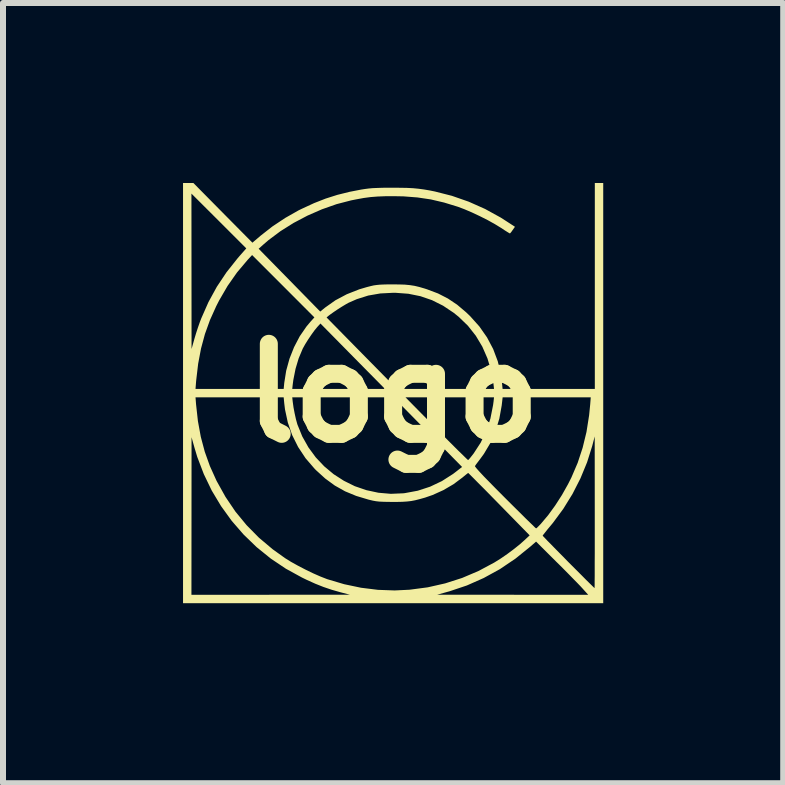
<source format=kicad_pcb>
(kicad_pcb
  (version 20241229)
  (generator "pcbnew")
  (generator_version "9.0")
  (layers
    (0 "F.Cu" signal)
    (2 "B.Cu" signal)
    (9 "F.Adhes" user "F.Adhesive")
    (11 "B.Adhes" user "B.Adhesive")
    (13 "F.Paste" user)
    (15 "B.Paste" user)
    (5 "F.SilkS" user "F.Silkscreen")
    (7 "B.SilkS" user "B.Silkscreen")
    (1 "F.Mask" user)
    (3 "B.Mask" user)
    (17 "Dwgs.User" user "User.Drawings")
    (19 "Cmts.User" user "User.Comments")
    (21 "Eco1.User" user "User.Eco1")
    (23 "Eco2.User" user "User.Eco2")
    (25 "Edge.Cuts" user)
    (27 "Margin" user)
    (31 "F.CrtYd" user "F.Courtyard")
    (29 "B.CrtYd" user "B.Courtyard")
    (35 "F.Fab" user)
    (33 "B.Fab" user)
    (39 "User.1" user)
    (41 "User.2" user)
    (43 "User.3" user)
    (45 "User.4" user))
  (footprint "logo"
    (layer "F.Cu")
    (at 3.501 3.501)
    (property "Reference" "logo" (at 0 0 0) (layer "F.SilkS") (effects (font (size 1.5 1.5) (thickness 0.3))))
    (attr board_only exclude_from_pos_files exclude_from_bom)
    (fp_poly (pts (xy -2.837 -3.004) (xy -2.345 -2.507) (xy -2.205 -2.626) (xy -2.011 -2.778) (xy -1.797 -2.92) (xy -1.573 -3.047) (xy -1.519 -3.073) (xy -1.318 -3.166) (xy -1.124 -3.242) (xy -0.929 -3.304) (xy -0.723 -3.355) (xy -0.532 -3.392) (xy -0.467 -3.402) (xy -0.405 -3.41) (xy -0.339 -3.416) (xy -0.265 -3.419) (xy -0.177 -3.422) (xy -0.068 -3.423) (xy -0.021 -3.423) (xy 0.115 -3.422) (xy 0.23 -3.42) (xy 0.33 -3.415) (xy 0.422 -3.406) (xy 0.512 -3.394) (xy 0.607 -3.378) (xy 0.696 -3.36) (xy 0.979 -3.288) (xy 1.26 -3.19) (xy 1.532 -3.069) (xy 1.792 -2.926) (xy 1.89 -2.863) (xy 2.03 -2.772) (xy 1.991 -2.717) (xy 1.968 -2.684) (xy 1.95 -2.664) (xy 1.946 -2.661) (xy 1.932 -2.668) (xy 1.899 -2.688) (xy 1.853 -2.717) (xy 1.799 -2.753) (xy 1.696 -2.816) (xy 1.576 -2.883) (xy 1.445 -2.949) (xy 1.311 -3.012) (xy 1.184 -3.066) (xy 1.078 -3.106) (xy 0.849 -3.176) (xy 0.627 -3.228) (xy 0.404 -3.261) (xy 0.171 -3.279) (xy 0.007 -3.282) (xy -0.137 -3.281) (xy -0.262 -3.276) (xy -0.376 -3.267) (xy -0.489 -3.252) (xy -0.609 -3.23) (xy -0.7 -3.212) (xy -0.943 -3.149) (xy -1.187 -3.063) (xy -1.427 -2.958) (xy -1.659 -2.836) (xy -1.877 -2.699) (xy -2.075 -2.551) (xy -2.167 -2.472) (xy -2.241 -2.406) (xy -1.728 -1.883) (xy -1.215 -1.359) (xy -1.133 -1.426) (xy -0.962 -1.547) (xy -0.772 -1.648) (xy -0.564 -1.73) (xy -0.438 -1.767) (xy -0.376 -1.783) (xy -0.324 -1.795) (xy -0.275 -1.802) (xy -0.224 -1.807) (xy -0.162 -1.81) (xy -0.083 -1.812) (xy -0.021 -1.812) (xy 0.097 -1.811) (xy 0.194 -1.808) (xy 0.278 -1.8) (xy 0.356 -1.788) (xy 0.436 -1.769) (xy 0.525 -1.743) (xy 0.568 -1.729) (xy 0.748 -1.661) (xy 0.912 -1.577) (xy 1.066 -1.474) (xy 1.215 -1.348) (xy 1.283 -1.283) (xy 1.437 -1.111) (xy 1.565 -0.928) (xy 1.667 -0.735) (xy 1.744 -0.53) (xy 1.795 -0.314) (xy 1.814 -0.172) (xy 1.824 -0.07) (xy 2.592 -0.07) (xy 3.361 -0.07) (xy 3.361 -1.785) (xy 3.361 -3.501) (xy 3.431 -3.501) (xy 3.501 -3.501) (xy 3.501 0) (xy 3.501 3.501) (xy 0 3.501) (xy -3.501 3.501) (xy -3.501 3.361) (xy -3.361 3.361) (xy -2.041 3.36) (xy -0.721 3.359) (xy -0.722 3.359) (xy 0.735 3.359) (xy 1.993 3.36) (xy 3.251 3.361) (xy 3.153 3.252) (xy 3.119 3.215) (xy 3.068 3.162) (xy 3.003 3.096) (xy 2.929 3.02) (xy 2.848 2.938) (xy 2.763 2.853) (xy 2.718 2.809) (xy 2.382 2.474) (xy 2.287 2.557) (xy 2.038 2.758) (xy 1.779 2.933) (xy 1.509 3.081) (xy 1.229 3.205) (xy 0.937 3.303) (xy 0.91 3.31) (xy 0.735 3.359) (xy -0.722 3.359) (xy -0.882 3.317) (xy -1.025 3.276) (xy -1.161 3.23) (xy -1.297 3.176) (xy -1.443 3.11) (xy -1.519 3.073) (xy -1.787 2.926) (xy -2.039 2.757) (xy -2.275 2.566) (xy -2.492 2.356) (xy -2.69 2.128) (xy -2.867 1.883) (xy -3.023 1.623) (xy -3.155 1.349) (xy -3.264 1.063) (xy -3.31 0.91) (xy -3.359 0.735) (xy -3.36 2.048) (xy -3.361 3.361) (xy -3.501 3.361) (xy -3.501 0.07) (xy -3.293 0.07) (xy -3.284 0.186) (xy -3.253 0.466) (xy -3.205 0.728) (xy -3.139 0.976) (xy -3.054 1.214) (xy -2.948 1.449) (xy -2.942 1.462) (xy -2.794 1.728) (xy -2.628 1.974) (xy -2.442 2.2) (xy -2.236 2.409) (xy -2.007 2.602) (xy -1.802 2.749) (xy -1.704 2.81) (xy -1.587 2.875) (xy -1.46 2.941) (xy -1.332 3.003) (xy -1.209 3.057) (xy -1.101 3.099) (xy -1.092 3.102) (xy -0.816 3.184) (xy -0.535 3.243) (xy -0.253 3.278) (xy 0.026 3.288) (xy 0.273 3.276) (xy 0.577 3.236) (xy 0.868 3.17) (xy 1.149 3.08) (xy 1.422 2.964) (xy 1.684 2.824) (xy 1.79 2.758) (xy 1.902 2.681) (xy 2.012 2.599) (xy 2.112 2.519) (xy 2.185 2.454) (xy 2.269 2.376) (xy 2.492 2.376) (xy 2.502 2.387) (xy 2.529 2.415) (xy 2.57 2.459) (xy 2.625 2.514) (xy 2.689 2.58) (xy 2.761 2.653) (xy 2.838 2.731) (xy 2.917 2.812) (xy 2.997 2.892) (xy 3.075 2.97) (xy 3.148 3.043) (xy 3.213 3.109) (xy 3.27 3.165) (xy 3.314 3.208) (xy 3.343 3.237) (xy 3.356 3.248) (xy 3.357 3.249) (xy 3.357 3.235) (xy 3.358 3.195) (xy 3.358 3.131) (xy 3.359 3.046) (xy 3.359 2.94) (xy 3.359 2.815) (xy 3.36 2.675) (xy 3.36 2.521) (xy 3.36 2.354) (xy 3.36 2.177) (xy 3.36 1.992) (xy 3.36 1.985) (xy 3.359 0.721) (xy 3.317 0.882) (xy 3.232 1.152) (xy 3.122 1.419) (xy 2.989 1.68) (xy 2.835 1.929) (xy 2.663 2.162) (xy 2.619 2.215) (xy 2.573 2.27) (xy 2.535 2.318) (xy 2.507 2.353) (xy 2.493 2.373) (xy 2.492 2.376) (xy 2.269 2.376) (xy 2.275 2.37) (xy 1.766 1.85) (xy 1.668 1.75) (xy 1.576 1.656) (xy 1.492 1.571) (xy 1.417 1.496) (xy 1.354 1.432) (xy 1.304 1.382) (xy 1.27 1.348) (xy 1.253 1.332) (xy 1.251 1.33) (xy 1.238 1.339) (xy 1.21 1.361) (xy 1.171 1.393) (xy 1.158 1.404) (xy 1.007 1.517) (xy 0.838 1.616) (xy 0.659 1.697) (xy 0.532 1.741) (xy 0.443 1.766) (xy 0.368 1.785) (xy 0.3 1.798) (xy 0.231 1.806) (xy 0.153 1.811) (xy 0.059 1.813) (xy -0.007 1.813) (xy -0.102 1.812) (xy -0.176 1.81) (xy -0.235 1.807) (xy -0.286 1.801) (xy -0.336 1.792) (xy -0.391 1.779) (xy -0.408 1.775) (xy -0.615 1.713) (xy -0.801 1.636) (xy -0.972 1.54) (xy -1.132 1.423) (xy -1.287 1.282) (xy -1.312 1.256) (xy -1.46 1.084) (xy -1.583 0.898) (xy -1.682 0.7) (xy -1.755 0.49) (xy -1.802 0.271) (xy -1.814 0.172) (xy -1.824 0.07) (xy -1.681 0.07) (xy -1.673 0.144) (xy -1.66 0.238) (xy -1.641 0.338) (xy -1.62 0.433) (xy -1.598 0.513) (xy -1.594 0.525) (xy -1.514 0.722) (xy -1.411 0.905) (xy -1.289 1.071) (xy -1.148 1.22) (xy -0.991 1.351) (xy -0.82 1.461) (xy -0.638 1.551) (xy -0.445 1.617) (xy -0.245 1.66) (xy -0.038 1.678) (xy 0.171 1.669) (xy 0.196 1.666) (xy 0.411 1.626) (xy 0.616 1.559) (xy 0.812 1.466) (xy 0.998 1.347) (xy 1.048 1.309) (xy 1.149 1.23) (xy 1.135 1.216) (xy 1.363 1.216) (xy 1.371 1.231) (xy 1.399 1.265) (xy 1.446 1.317) (xy 1.513 1.389) (xy 1.6 1.478) (xy 1.706 1.586) (xy 1.831 1.712) (xy 1.864 1.745) (xy 1.962 1.843) (xy 2.055 1.935) (xy 2.14 2.019) (xy 2.215 2.094) (xy 2.279 2.156) (xy 2.329 2.204) (xy 2.363 2.238) (xy 2.381 2.253) (xy 2.382 2.254) (xy 2.396 2.245) (xy 2.422 2.219) (xy 2.457 2.183) (xy 2.465 2.174) (xy 2.583 2.034) (xy 2.7 1.873) (xy 2.812 1.699) (xy 2.915 1.516) (xy 2.97 1.407) (xy 3.075 1.162) (xy 3.158 0.91) (xy 3.222 0.647) (xy 3.266 0.368) (xy 3.284 0.186) (xy 3.293 0.07) (xy 2.559 0.07) (xy 1.825 0.07) (xy 1.809 0.207) (xy 1.77 0.424) (xy 1.707 0.633) (xy 1.621 0.83) (xy 1.512 1.013) (xy 1.447 1.102) (xy 1.412 1.148) (xy 1.383 1.186) (xy 1.366 1.212) (xy 1.363 1.216) (xy 1.135 1.216) (xy 0.578 0.65) (xy 0.007 0.07) (xy -0.837 0.07) (xy -1.681 0.07) (xy 0.206 0.07) (xy 0.723 0.594) (xy 0.822 0.694) (xy 0.915 0.788) (xy 1 0.873) (xy 1.076 0.949) (xy 1.141 1.012) (xy 1.192 1.062) (xy 1.228 1.097) (xy 1.247 1.114) (xy 1.25 1.115) (xy 1.262 1.104) (xy 1.287 1.075) (xy 1.32 1.033) (xy 1.342 1.005) (xy 1.459 0.825) (xy 1.552 0.631) (xy 1.621 0.424) (xy 1.665 0.202) (xy 1.673 0.144) (xy 1.681 0.07) (xy 0.944 0.07) (xy 0.206 0.07) (xy -1.681 0.07) (xy -1.824 0.07) (xy -2.559 0.07) (xy -3.293 0.07) (xy -3.501 0.07) (xy -3.501 0) (xy -3.501 -0.07) (xy -3.293 -0.07) (xy -2.559 -0.07) (xy -1.824 -0.07) (xy -1.681 -0.07) (xy -0.909 -0.07) (xy -0.136 -0.07) (xy -0.674 -0.615) (xy -1.211 -1.16) (xy -1.264 -1.102) (xy -1.31 -1.046) (xy -1.362 -0.974) (xy -1.416 -0.894) (xy -1.466 -0.814) (xy -1.506 -0.742) (xy -1.509 -0.735) (xy -1.574 -0.58) (xy -1.626 -0.406) (xy -1.663 -0.22) (xy -1.673 -0.144) (xy -1.681 -0.07) (xy -1.824 -0.07) (xy -1.814 -0.172) (xy -1.782 -0.374) (xy -1.727 -0.574) (xy -1.651 -0.766) (xy -1.557 -0.946) (xy -1.445 -1.109) (xy -1.379 -1.188) (xy -1.313 -1.261) (xy -1.109 -1.261) (xy -0.523 -0.665) (xy 0.063 -0.07) (xy 0.872 -0.07) (xy 1.681 -0.07) (xy 1.673 -0.144) (xy 1.635 -0.367) (xy 1.572 -0.578) (xy 1.486 -0.775) (xy 1.377 -0.957) (xy 1.246 -1.123) (xy 1.093 -1.271) (xy 1.01 -1.338) (xy 0.832 -1.457) (xy 0.648 -1.549) (xy 0.456 -1.615) (xy 0.254 -1.656) (xy 0.039 -1.672) (xy 0 -1.672) (xy -0.214 -1.661) (xy -0.415 -1.626) (xy -0.605 -1.566) (xy -0.742 -1.506) (xy -0.792 -1.478) (xy -0.855 -1.44) (xy -0.923 -1.397) (xy -0.988 -1.353) (xy -1.043 -1.314) (xy -1.076 -1.289) (xy -1.109 -1.261) (xy -1.313 -1.261) (xy -1.312 -1.262) (xy -1.831 -1.782) (xy -2.35 -2.301) (xy -2.425 -2.22) (xy -2.602 -2.01) (xy -2.759 -1.786) (xy -2.899 -1.545) (xy -2.948 -1.449) (xy -3.052 -1.218) (xy -3.136 -0.985) (xy -3.201 -0.744) (xy -3.249 -0.49) (xy -3.281 -0.218) (xy -3.284 -0.186) (xy -3.293 -0.07) (xy -3.501 -0.07) (xy -3.501 -3.325) (xy -3.361 -3.325) (xy -3.36 -2.03) (xy -3.359 -0.735) (xy -3.31 -0.91) (xy -3.284 -0.997) (xy -3.252 -1.095) (xy -3.219 -1.189) (xy -3.197 -1.246) (xy -3.077 -1.518) (xy -2.938 -1.772) (xy -2.778 -2.012) (xy -2.594 -2.244) (xy -2.559 -2.285) (xy -2.447 -2.412) (xy -2.904 -2.869) (xy -3.361 -3.325) (xy -3.501 -3.325) (xy -3.501 -3.501) (xy -3.414 -3.501) (xy -3.328 -3.501)) (stroke (width 0) (type solid)) (fill yes) (layer "F.SilkS")))
  (gr_rect
    (start -3 -3)
    (end 10.001 10.001)
    (stroke (width 0.1) (type default))
    (fill no)
    (layer "Edge.Cuts")))
</source>
